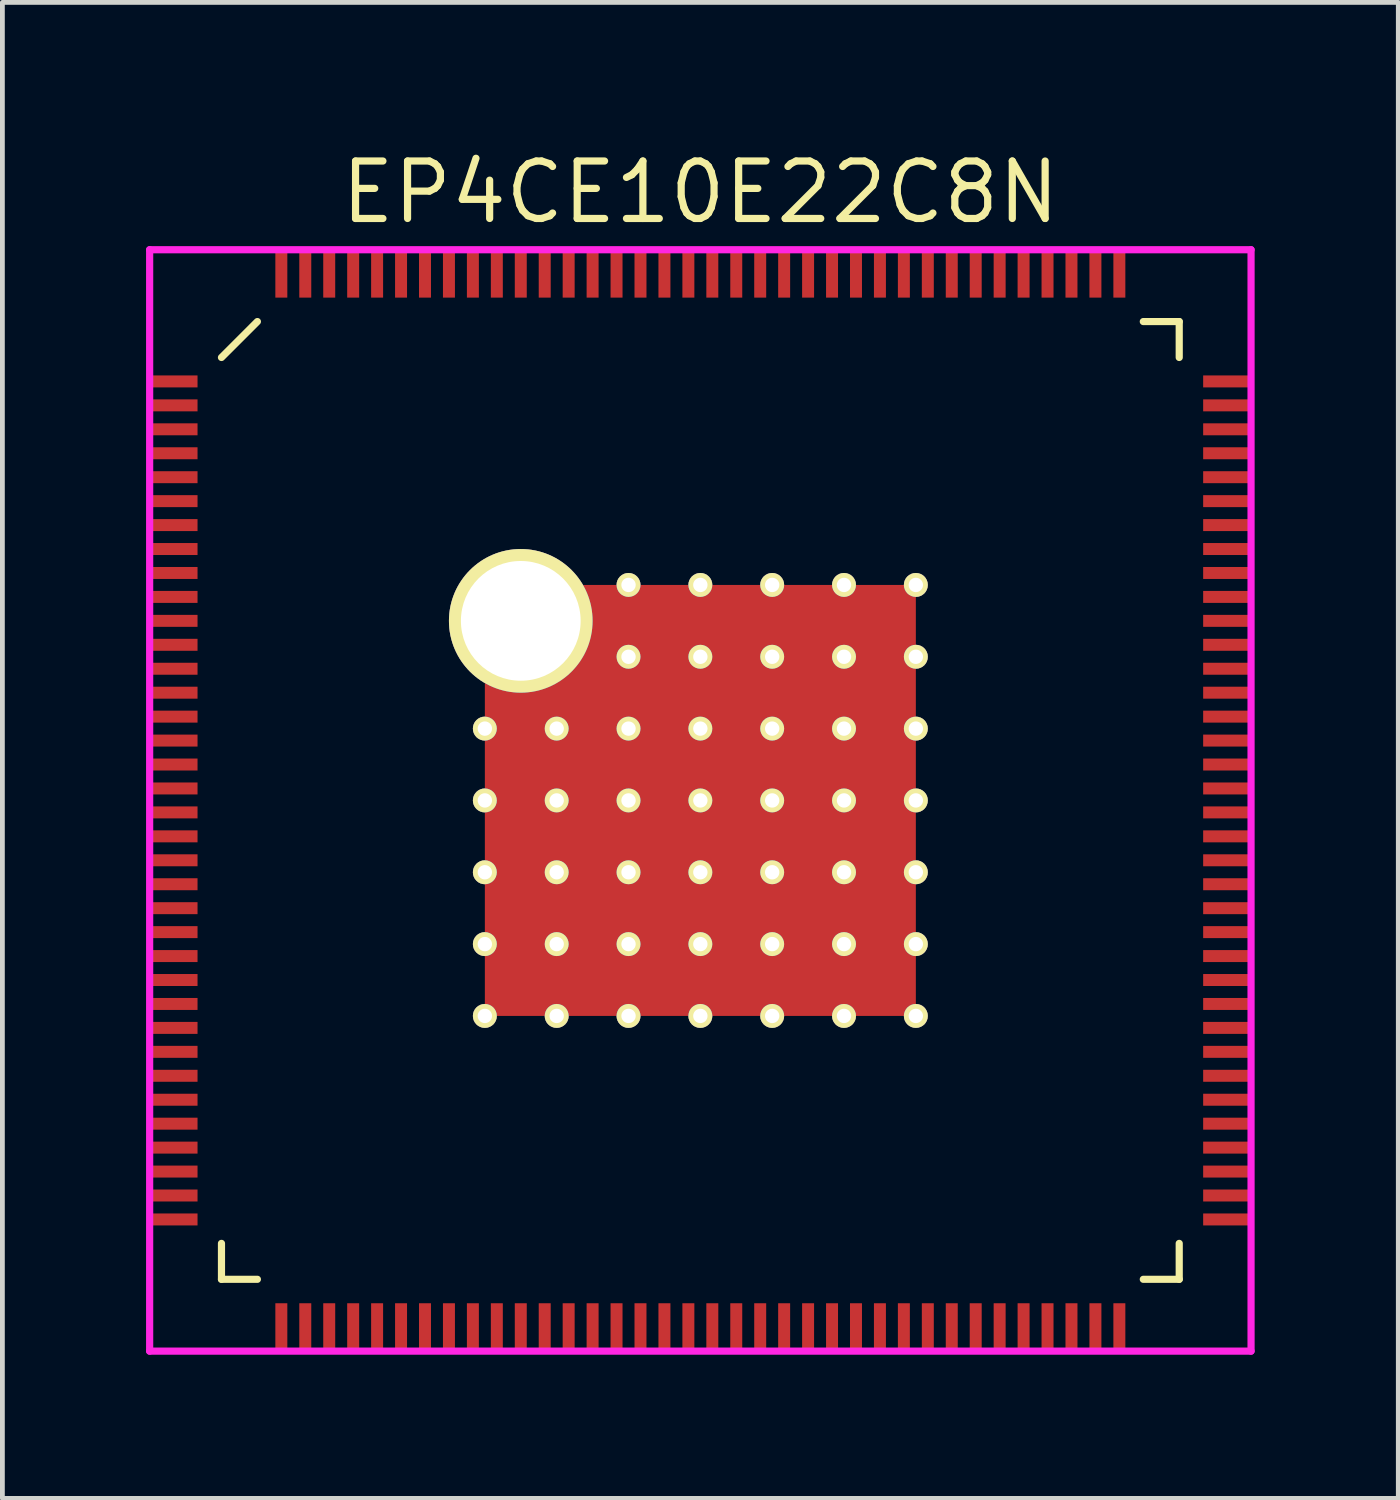
<source format=kicad_pcb>
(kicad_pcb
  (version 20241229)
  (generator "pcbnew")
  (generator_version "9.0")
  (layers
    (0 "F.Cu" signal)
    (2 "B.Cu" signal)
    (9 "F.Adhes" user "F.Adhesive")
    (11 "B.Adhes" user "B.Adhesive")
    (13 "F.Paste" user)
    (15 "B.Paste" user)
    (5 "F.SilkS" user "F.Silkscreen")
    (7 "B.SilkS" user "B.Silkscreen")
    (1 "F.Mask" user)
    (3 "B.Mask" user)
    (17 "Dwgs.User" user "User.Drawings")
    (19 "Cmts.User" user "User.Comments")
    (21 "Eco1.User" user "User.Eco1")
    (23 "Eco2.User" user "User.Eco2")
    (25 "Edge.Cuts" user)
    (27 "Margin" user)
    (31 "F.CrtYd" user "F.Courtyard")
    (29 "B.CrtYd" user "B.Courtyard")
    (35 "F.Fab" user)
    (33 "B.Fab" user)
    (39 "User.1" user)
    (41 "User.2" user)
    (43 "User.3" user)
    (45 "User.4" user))
  (footprint "EP4CE10E22C8N"
    (layer "F.Cu")
    (at 11.575 13.665)
    (property "Reference" "EP4CE10E22C8N" (at 0 -12.7 0) (layer "F.SilkS") (effects (font (size 1.2 1.2) (thickness 0.15))))
    (attr through_hole)
    (fp_line (start -10 -9.25) (end -9.25 -10) (stroke (width 0.15) (type solid)) (layer "F.SilkS"))
    (fp_line (start -10 10) (end -10 9.25) (stroke (width 0.15) (type solid)) (layer "F.SilkS"))
    (fp_line (start -9.25 10) (end -10 10) (stroke (width 0.15) (type solid)) (layer "F.SilkS"))
    (fp_line (start 9.25 -10) (end 10 -10) (stroke (width 0.15) (type solid)) (layer "F.SilkS"))
    (fp_line (start 9.25 10) (end 10 10) (stroke (width 0.15) (type solid)) (layer "F.SilkS"))
    (fp_line (start 10 -10) (end 10 -9.25) (stroke (width 0.15) (type solid)) (layer "F.SilkS"))
    (fp_line (start 10 10) (end 10 9.25) (stroke (width 0.15) (type solid)) (layer "F.SilkS"))
    (fp_line (start -11.5 -11.5) (end 11.5 -11.5) (stroke (width 0.15) (type solid)) (layer "F.CrtYd"))
    (fp_line (start -11.5 11.5) (end -11.5 -11.5) (stroke (width 0.15) (type solid)) (layer "F.CrtYd"))
    (fp_line (start 11.5 -11.5) (end 11.5 11.5) (stroke (width 0.15) (type solid)) (layer "F.CrtYd"))
    (fp_line (start 11.5 11.5) (end -11.5 11.5) (stroke (width 0.15) (type solid)) (layer "F.CrtYd"))
    (pad "1" smd rect (at -11 -8.75 90) (size 0.25 1) (layers "F.Cu" "F.Mask" "F.Paste"))
    (pad "2" smd rect (at -11 -8.25 90) (size 0.25 1) (layers "F.Cu" "F.Mask" "F.Paste"))
    (pad "3" smd rect (at -11 -7.75 90) (size 0.25 1) (layers "F.Cu" "F.Mask" "F.Paste"))
    (pad "4" smd rect (at -11 -7.25 90) (size 0.25 1) (layers "F.Cu" "F.Mask" "F.Paste"))
    (pad "5" smd rect (at -11 -6.75 90) (size 0.25 1) (layers "F.Cu" "F.Mask" "F.Paste"))
    (pad "6" smd rect (at -11 -6.25 90) (size 0.25 1) (layers "F.Cu" "F.Mask" "F.Paste"))
    (pad "7" smd rect (at -11 -5.75 90) (size 0.25 1) (layers "F.Cu" "F.Mask" "F.Paste"))
    (pad "8" smd rect (at -11 -5.25 90) (size 0.25 1) (layers "F.Cu" "F.Mask" "F.Paste"))
    (pad "9" smd rect (at -11 -4.75 90) (size 0.25 1) (layers "F.Cu" "F.Mask" "F.Paste"))
    (pad "10" smd rect (at -11 -4.25 90) (size 0.25 1) (layers "F.Cu" "F.Mask" "F.Paste"))
    (pad "11" smd rect (at -11 -3.75 90) (size 0.25 1) (layers "F.Cu" "F.Mask" "F.Paste"))
    (pad "12" smd rect (at -11 -3.25 90) (size 0.25 1) (layers "F.Cu" "F.Mask" "F.Paste"))
    (pad "13" smd rect (at -11 -2.75 90) (size 0.25 1) (layers "F.Cu" "F.Mask" "F.Paste"))
    (pad "14" smd rect (at -11 -2.25 90) (size 0.25 1) (layers "F.Cu" "F.Mask" "F.Paste"))
    (pad "15" smd rect (at -11 -1.75 90) (size 0.25 1) (layers "F.Cu" "F.Mask" "F.Paste"))
    (pad "16" smd rect (at -11 -1.25 90) (size 0.25 1) (layers "F.Cu" "F.Mask" "F.Paste"))
    (pad "17" smd rect (at -11 -0.75 90) (size 0.25 1) (layers "F.Cu" "F.Mask" "F.Paste"))
    (pad "18" smd rect (at -11 -0.25 90) (size 0.25 1) (layers "F.Cu" "F.Mask" "F.Paste"))
    (pad "19" smd rect (at -11 0.25 90) (size 0.25 1) (layers "F.Cu" "F.Mask" "F.Paste"))
    (pad "20" smd rect (at -11 0.75 90) (size 0.25 1) (layers "F.Cu" "F.Mask" "F.Paste"))
    (pad "21" smd rect (at -11 1.25 90) (size 0.25 1) (layers "F.Cu" "F.Mask" "F.Paste"))
    (pad "22" smd rect (at -11 1.75 90) (size 0.25 1) (layers "F.Cu" "F.Mask" "F.Paste"))
    (pad "23" smd rect (at -11 2.25 90) (size 0.25 1) (layers "F.Cu" "F.Mask" "F.Paste"))
    (pad "24" smd rect (at -11 2.75 90) (size 0.25 1) (layers "F.Cu" "F.Mask" "F.Paste"))
    (pad "25" smd rect (at -11 3.25 90) (size 0.25 1) (layers "F.Cu" "F.Mask" "F.Paste"))
    (pad "26" smd rect (at -11 3.75 90) (size 0.25 1) (layers "F.Cu" "F.Mask" "F.Paste"))
    (pad "27" smd rect (at -11 4.25 90) (size 0.25 1) (layers "F.Cu" "F.Mask" "F.Paste"))
    (pad "28" smd rect (at -11 4.75 90) (size 0.25 1) (layers "F.Cu" "F.Mask" "F.Paste"))
    (pad "29" smd rect (at -11 5.25 90) (size 0.25 1) (layers "F.Cu" "F.Mask" "F.Paste"))
    (pad "30" smd rect (at -11 5.75 90) (size 0.25 1) (layers "F.Cu" "F.Mask" "F.Paste"))
    (pad "31" smd rect (at -11 6.25 90) (size 0.25 1) (layers "F.Cu" "F.Mask" "F.Paste"))
    (pad "32" smd rect (at -11 6.75 90) (size 0.25 1) (layers "F.Cu" "F.Mask" "F.Paste"))
    (pad "33" smd rect (at -11 7.25 90) (size 0.25 1) (layers "F.Cu" "F.Mask" "F.Paste"))
    (pad "34" smd rect (at -11 7.75 90) (size 0.25 1) (layers "F.Cu" "F.Mask" "F.Paste"))
    (pad "35" smd rect (at -11 8.25 90) (size 0.25 1) (layers "F.Cu" "F.Mask" "F.Paste"))
    (pad "36" smd rect (at -11 8.75 90) (size 0.25 1) (layers "F.Cu" "F.Mask" "F.Paste"))
    (pad "37" smd rect (at -8.75 11) (size 0.25 1) (layers "F.Cu" "F.Mask" "F.Paste"))
    (pad "38" smd rect (at -8.25 11) (size 0.25 1) (layers "F.Cu" "F.Mask" "F.Paste"))
    (pad "39" smd rect (at -7.75 11) (size 0.25 1) (layers "F.Cu" "F.Mask" "F.Paste"))
    (pad "40" smd rect (at -7.25 11) (size 0.25 1) (layers "F.Cu" "F.Mask" "F.Paste"))
    (pad "41" smd rect (at -6.75 11) (size 0.25 1) (layers "F.Cu" "F.Mask" "F.Paste"))
    (pad "42" smd rect (at -6.25 11) (size 0.25 1) (layers "F.Cu" "F.Mask" "F.Paste"))
    (pad "43" smd rect (at -5.75 11) (size 0.25 1) (layers "F.Cu" "F.Mask" "F.Paste"))
    (pad "44" smd rect (at -5.25 11) (size 0.25 1) (layers "F.Cu" "F.Mask" "F.Paste"))
    (pad "45" smd rect (at -4.75 11) (size 0.25 1) (layers "F.Cu" "F.Mask" "F.Paste"))
    (pad "46" smd rect (at -4.25 11) (size 0.25 1) (layers "F.Cu" "F.Mask" "F.Paste"))
    (pad "47" smd rect (at -3.75 11) (size 0.25 1) (layers "F.Cu" "F.Mask" "F.Paste"))
    (pad "48" smd rect (at -3.25 11) (size 0.25 1) (layers "F.Cu" "F.Mask" "F.Paste"))
    (pad "49" smd rect (at -2.75 11) (size 0.25 1) (layers "F.Cu" "F.Mask" "F.Paste"))
    (pad "50" smd rect (at -2.25 11) (size 0.25 1) (layers "F.Cu" "F.Mask" "F.Paste"))
    (pad "51" smd rect (at -1.75 11) (size 0.25 1) (layers "F.Cu" "F.Mask" "F.Paste"))
    (pad "52" smd rect (at -1.25 11) (size 0.25 1) (layers "F.Cu" "F.Mask" "F.Paste"))
    (pad "53" smd rect (at -0.75 11) (size 0.25 1) (layers "F.Cu" "F.Mask" "F.Paste"))
    (pad "54" smd rect (at -0.25 11) (size 0.25 1) (layers "F.Cu" "F.Mask" "F.Paste"))
    (pad "55" smd rect (at 0.25 11) (size 0.25 1) (layers "F.Cu" "F.Mask" "F.Paste"))
    (pad "56" smd rect (at 0.75 11) (size 0.25 1) (layers "F.Cu" "F.Mask" "F.Paste"))
    (pad "57" smd rect (at 1.25 11) (size 0.25 1) (layers "F.Cu" "F.Mask" "F.Paste"))
    (pad "58" smd rect (at 1.75 11) (size 0.25 1) (layers "F.Cu" "F.Mask" "F.Paste"))
    (pad "59" smd rect (at 2.25 11) (size 0.25 1) (layers "F.Cu" "F.Mask" "F.Paste"))
    (pad "60" smd rect (at 2.75 11) (size 0.25 1) (layers "F.Cu" "F.Mask" "F.Paste"))
    (pad "61" smd rect (at 3.25 11) (size 0.25 1) (layers "F.Cu" "F.Mask" "F.Paste"))
    (pad "62" smd rect (at 3.75 11) (size 0.25 1) (layers "F.Cu" "F.Mask" "F.Paste"))
    (pad "63" smd rect (at 4.25 11) (size 0.25 1) (layers "F.Cu" "F.Mask" "F.Paste"))
    (pad "64" smd rect (at 4.75 11) (size 0.25 1) (layers "F.Cu" "F.Mask" "F.Paste"))
    (pad "65" smd rect (at 5.25 11) (size 0.25 1) (layers "F.Cu" "F.Mask" "F.Paste"))
    (pad "66" smd rect (at 5.75 11) (size 0.25 1) (layers "F.Cu" "F.Mask" "F.Paste"))
    (pad "67" smd rect (at 6.25 11) (size 0.25 1) (layers "F.Cu" "F.Mask" "F.Paste"))
    (pad "68" smd rect (at 6.75 11) (size 0.25 1) (layers "F.Cu" "F.Mask" "F.Paste"))
    (pad "69" smd rect (at 7.25 11) (size 0.25 1) (layers "F.Cu" "F.Mask" "F.Paste"))
    (pad "70" smd rect (at 7.75 11) (size 0.25 1) (layers "F.Cu" "F.Mask" "F.Paste"))
    (pad "71" smd rect (at 8.25 11) (size 0.25 1) (layers "F.Cu" "F.Mask" "F.Paste"))
    (pad "72" smd rect (at 8.75 11) (size 0.25 1) (layers "F.Cu" "F.Mask" "F.Paste"))
    (pad "73" smd rect (at 11 8.75 90) (size 0.25 1) (layers "F.Cu" "F.Mask" "F.Paste"))
    (pad "74" smd rect (at 11 8.25 90) (size 0.25 1) (layers "F.Cu" "F.Mask" "F.Paste"))
    (pad "75" smd rect (at 11 7.75 90) (size 0.25 1) (layers "F.Cu" "F.Mask" "F.Paste"))
    (pad "76" smd rect (at 11 7.25 90) (size 0.25 1) (layers "F.Cu" "F.Mask" "F.Paste"))
    (pad "77" smd rect (at 11 6.75 90) (size 0.25 1) (layers "F.Cu" "F.Mask" "F.Paste"))
    (pad "78" smd rect (at 11 6.25 90) (size 0.25 1) (layers "F.Cu" "F.Mask" "F.Paste"))
    (pad "79" smd rect (at 11 5.75 90) (size 0.25 1) (layers "F.Cu" "F.Mask" "F.Paste"))
    (pad "80" smd rect (at 11 5.25 90) (size 0.25 1) (layers "F.Cu" "F.Mask" "F.Paste"))
    (pad "81" smd rect (at 11 4.75 90) (size 0.25 1) (layers "F.Cu" "F.Mask" "F.Paste"))
    (pad "82" smd rect (at 11 4.25 90) (size 0.25 1) (layers "F.Cu" "F.Mask" "F.Paste"))
    (pad "83" smd rect (at 11 3.75 90) (size 0.25 1) (layers "F.Cu" "F.Mask" "F.Paste"))
    (pad "84" smd rect (at 11 3.25 90) (size 0.25 1) (layers "F.Cu" "F.Mask" "F.Paste"))
    (pad "85" smd rect (at 11 2.75 90) (size 0.25 1) (layers "F.Cu" "F.Mask" "F.Paste"))
    (pad "86" smd rect (at 11 2.25 90) (size 0.25 1) (layers "F.Cu" "F.Mask" "F.Paste"))
    (pad "87" smd rect (at 11 1.75 90) (size 0.25 1) (layers "F.Cu" "F.Mask" "F.Paste"))
    (pad "88" smd rect (at 11 1.25 90) (size 0.25 1) (layers "F.Cu" "F.Mask" "F.Paste"))
    (pad "89" smd rect (at 11 0.75 90) (size 0.25 1) (layers "F.Cu" "F.Mask" "F.Paste"))
    (pad "90" smd rect (at 11 0.25 90) (size 0.25 1) (layers "F.Cu" "F.Mask" "F.Paste"))
    (pad "91" smd rect (at 11 -0.25 90) (size 0.25 1) (layers "F.Cu" "F.Mask" "F.Paste"))
    (pad "92" smd rect (at 11 -0.75 90) (size 0.25 1) (layers "F.Cu" "F.Mask" "F.Paste"))
    (pad "93" smd rect (at 11 -1.25 90) (size 0.25 1) (layers "F.Cu" "F.Mask" "F.Paste"))
    (pad "94" smd rect (at 11 -1.75 90) (size 0.25 1) (layers "F.Cu" "F.Mask" "F.Paste"))
    (pad "95" smd rect (at 11 -2.25 90) (size 0.25 1) (layers "F.Cu" "F.Mask" "F.Paste"))
    (pad "96" smd rect (at 11 -2.75 90) (size 0.25 1) (layers "F.Cu" "F.Mask" "F.Paste"))
    (pad "97" smd rect (at 11 -3.25 90) (size 0.25 1) (layers "F.Cu" "F.Mask" "F.Paste"))
    (pad "98" smd rect (at 11 -3.75 90) (size 0.25 1) (layers "F.Cu" "F.Mask" "F.Paste"))
    (pad "99" smd rect (at 11 -4.25 90) (size 0.25 1) (layers "F.Cu" "F.Mask" "F.Paste"))
    (pad "100" smd rect (at 11 -4.75 90) (size 0.25 1) (layers "F.Cu" "F.Mask" "F.Paste"))
    (pad "101" smd rect (at 11 -5.25 90) (size 0.25 1) (layers "F.Cu" "F.Mask" "F.Paste"))
    (pad "102" smd rect (at 11 -5.75 90) (size 0.25 1) (layers "F.Cu" "F.Mask" "F.Paste"))
    (pad "103" smd rect (at 11 -6.25 90) (size 0.25 1) (layers "F.Cu" "F.Mask" "F.Paste"))
    (pad "104" smd rect (at 11 -6.75 90) (size 0.25 1) (layers "F.Cu" "F.Mask" "F.Paste"))
    (pad "105" smd rect (at 11 -7.25 90) (size 0.25 1) (layers "F.Cu" "F.Mask" "F.Paste"))
    (pad "106" smd rect (at 11 -7.75 90) (size 0.25 1) (layers "F.Cu" "F.Mask" "F.Paste"))
    (pad "107" smd rect (at 11 -8.25 90) (size 0.25 1) (layers "F.Cu" "F.Mask" "F.Paste"))
    (pad "108" smd rect (at 11 -8.75 90) (size 0.25 1) (layers "F.Cu" "F.Mask" "F.Paste"))
    (pad "109" smd rect (at 8.75 -11) (size 0.25 1) (layers "F.Cu" "F.Mask" "F.Paste"))
    (pad "110" smd rect (at 8.25 -11) (size 0.25 1) (layers "F.Cu" "F.Mask" "F.Paste"))
    (pad "111" smd rect (at 7.75 -11) (size 0.25 1) (layers "F.Cu" "F.Mask" "F.Paste"))
    (pad "112" smd rect (at 7.25 -11) (size 0.25 1) (layers "F.Cu" "F.Mask" "F.Paste"))
    (pad "113" smd rect (at 6.75 -11) (size 0.25 1) (layers "F.Cu" "F.Mask" "F.Paste"))
    (pad "114" smd rect (at 6.25 -11) (size 0.25 1) (layers "F.Cu" "F.Mask" "F.Paste"))
    (pad "115" smd rect (at 5.75 -11) (size 0.25 1) (layers "F.Cu" "F.Mask" "F.Paste"))
    (pad "116" smd rect (at 5.25 -11) (size 0.25 1) (layers "F.Cu" "F.Mask" "F.Paste"))
    (pad "117" smd rect (at 4.75 -11) (size 0.25 1) (layers "F.Cu" "F.Mask" "F.Paste"))
    (pad "118" smd rect (at 4.25 -11) (size 0.25 1) (layers "F.Cu" "F.Mask" "F.Paste"))
    (pad "119" smd rect (at 3.75 -11) (size 0.25 1) (layers "F.Cu" "F.Mask" "F.Paste"))
    (pad "120" smd rect (at 3.25 -11) (size 0.25 1) (layers "F.Cu" "F.Mask" "F.Paste"))
    (pad "121" smd rect (at 2.75 -11) (size 0.25 1) (layers "F.Cu" "F.Mask" "F.Paste"))
    (pad "122" smd rect (at 2.25 -11) (size 0.25 1) (layers "F.Cu" "F.Mask" "F.Paste"))
    (pad "123" smd rect (at 1.75 -11) (size 0.25 1) (layers "F.Cu" "F.Mask" "F.Paste"))
    (pad "124" smd rect (at 1.25 -11) (size 0.25 1) (layers "F.Cu" "F.Mask" "F.Paste"))
    (pad "125" smd rect (at 0.75 -11) (size 0.25 1) (layers "F.Cu" "F.Mask" "F.Paste"))
    (pad "126" smd rect (at 0.25 -11) (size 0.25 1) (layers "F.Cu" "F.Mask" "F.Paste"))
    (pad "127" smd rect (at -0.25 -11) (size 0.25 1) (layers "F.Cu" "F.Mask" "F.Paste"))
    (pad "128" smd rect (at -0.75 -11) (size 0.25 1) (layers "F.Cu" "F.Mask" "F.Paste"))
    (pad "129" smd rect (at -1.25 -11) (size 0.25 1) (layers "F.Cu" "F.Mask" "F.Paste"))
    (pad "130" smd rect (at -1.75 -11) (size 0.25 1) (layers "F.Cu" "F.Mask" "F.Paste"))
    (pad "131" smd rect (at -2.25 -11) (size 0.25 1) (layers "F.Cu" "F.Mask" "F.Paste"))
    (pad "132" smd rect (at -2.75 -11) (size 0.25 1) (layers "F.Cu" "F.Mask" "F.Paste"))
    (pad "133" smd rect (at -3.25 -11) (size 0.25 1) (layers "F.Cu" "F.Mask" "F.Paste"))
    (pad "134" smd rect (at -3.75 -11) (size 0.25 1) (layers "F.Cu" "F.Mask" "F.Paste"))
    (pad "135" smd rect (at -4.25 -11) (size 0.25 1) (layers "F.Cu" "F.Mask" "F.Paste"))
    (pad "136" smd rect (at -4.75 -11) (size 0.25 1) (layers "F.Cu" "F.Mask" "F.Paste"))
    (pad "137" smd rect (at -5.25 -11) (size 0.25 1) (layers "F.Cu" "F.Mask" "F.Paste"))
    (pad "138" smd rect (at -5.75 -11) (size 0.25 1) (layers "F.Cu" "F.Mask" "F.Paste"))
    (pad "139" smd rect (at -6.25 -11) (size 0.25 1) (layers "F.Cu" "F.Mask" "F.Paste"))
    (pad "140" smd rect (at -6.75 -11) (size 0.25 1) (layers "F.Cu" "F.Mask" "F.Paste"))
    (pad "141" smd rect (at -7.25 -11) (size 0.25 1) (layers "F.Cu" "F.Mask" "F.Paste"))
    (pad "142" smd rect (at -7.75 -11) (size 0.25 1) (layers "F.Cu" "F.Mask" "F.Paste"))
    (pad "143" smd rect (at -8.25 -11) (size 0.25 1) (layers "F.Cu" "F.Mask" "F.Paste"))
    (pad "144" smd rect (at -8.75 -11) (size 0.25 1) (layers "F.Cu" "F.Mask" "F.Paste"))
    (pad "145" thru_hole circle (at -4.5 -1.5) (size 0.5 0.5) (drill 0.3) (layers "*.Cu" "*.Mask" "F.SilkS"))
    (pad "145" thru_hole circle (at -4.5 0) (size 0.5 0.5) (drill 0.3) (layers "*.Cu" "*.Mask" "F.SilkS"))
    (pad "145" thru_hole circle (at -4.5 1.5) (size 0.5 0.5) (drill 0.3) (layers "*.Cu" "*.Mask" "F.SilkS"))
    (pad "145" thru_hole circle (at -4.5 3) (size 0.5 0.5) (drill 0.3) (layers "*.Cu" "*.Mask" "F.SilkS"))
    (pad "145" thru_hole circle (at -4.5 4.5) (size 0.5 0.5) (drill 0.3) (layers "*.Cu" "*.Mask" "F.SilkS"))
    (pad "145" thru_hole circle (at -3.75 -3.75) (size 3 3) (drill 2.5) (layers "*.Cu" "*.Mask" "F.SilkS"))
    (pad "145" thru_hole circle (at -3 -1.5) (size 0.5 0.5) (drill 0.3) (layers "*.Cu" "*.Mask" "F.SilkS"))
    (pad "145" thru_hole circle (at -3 0) (size 0.5 0.5) (drill 0.3) (layers "*.Cu" "*.Mask" "F.SilkS"))
    (pad "145" thru_hole circle (at -3 1.5) (size 0.5 0.5) (drill 0.3) (layers "*.Cu" "*.Mask" "F.SilkS"))
    (pad "145" thru_hole circle (at -3 3) (size 0.5 0.5) (drill 0.3) (layers "*.Cu" "*.Mask" "F.SilkS"))
    (pad "145" thru_hole circle (at -3 4.5) (size 0.5 0.5) (drill 0.3) (layers "*.Cu" "*.Mask" "F.SilkS"))
    (pad "145" smd rect (at -2.25 -2.25) (size 4 4) (layers "F.Cu" "F.Mask" "F.Paste"))
    (pad "145" smd rect (at -2.25 2.25) (size 4 4) (layers "F.Cu" "F.Mask" "F.Paste"))
    (pad "145" thru_hole circle (at -1.5 -4.5) (size 0.5 0.5) (drill 0.3) (layers "*.Cu" "*.Mask" "F.SilkS"))
    (pad "145" thru_hole circle (at -1.5 -3) (size 0.5 0.5) (drill 0.3) (layers "*.Cu" "*.Mask" "F.SilkS"))
    (pad "145" thru_hole circle (at -1.5 -1.5) (size 0.5 0.5) (drill 0.3) (layers "*.Cu" "*.Mask" "F.SilkS"))
    (pad "145" thru_hole circle (at -1.5 0) (size 0.5 0.5) (drill 0.3) (layers "*.Cu" "*.Mask" "F.SilkS"))
    (pad "145" thru_hole circle (at -1.5 1.5) (size 0.5 0.5) (drill 0.3) (layers "*.Cu" "*.Mask" "F.SilkS"))
    (pad "145" thru_hole circle (at -1.5 3) (size 0.5 0.5) (drill 0.3) (layers "*.Cu" "*.Mask" "F.SilkS"))
    (pad "145" thru_hole circle (at -1.5 4.5) (size 0.5 0.5) (drill 0.3) (layers "*.Cu" "*.Mask" "F.SilkS"))
    (pad "145" thru_hole circle (at 0 -4.5) (size 0.5 0.5) (drill 0.3) (layers "*.Cu" "*.Mask" "F.SilkS"))
    (pad "145" thru_hole circle (at 0 -3) (size 0.5 0.5) (drill 0.3) (layers "*.Cu" "*.Mask" "F.SilkS"))
    (pad "145" thru_hole circle (at 0 -1.5) (size 0.5 0.5) (drill 0.3) (layers "*.Cu" "*.Mask" "F.SilkS"))
    (pad "145" thru_hole circle (at 0 0) (size 0.5 0.5) (drill 0.3) (layers "*.Cu" "*.Mask" "F.SilkS"))
    (pad "145" smd rect (at 0 0) (size 9 9) (layers "F.Cu" "F.Mask"))
    (pad "145" thru_hole circle (at 0 1.5) (size 0.5 0.5) (drill 0.3) (layers "*.Cu" "*.Mask" "F.SilkS"))
    (pad "145" thru_hole circle (at 0 3) (size 0.5 0.5) (drill 0.3) (layers "*.Cu" "*.Mask" "F.SilkS"))
    (pad "145" thru_hole circle (at 0 4.5) (size 0.5 0.5) (drill 0.3) (layers "*.Cu" "*.Mask" "F.SilkS"))
    (pad "145" thru_hole circle (at 1.5 -4.5) (size 0.5 0.5) (drill 0.3) (layers "*.Cu" "*.Mask" "F.SilkS"))
    (pad "145" thru_hole circle (at 1.5 -3) (size 0.5 0.5) (drill 0.3) (layers "*.Cu" "*.Mask" "F.SilkS"))
    (pad "145" thru_hole circle (at 1.5 -1.5) (size 0.5 0.5) (drill 0.3) (layers "*.Cu" "*.Mask" "F.SilkS"))
    (pad "145" thru_hole circle (at 1.5 0) (size 0.5 0.5) (drill 0.3) (layers "*.Cu" "*.Mask" "F.SilkS"))
    (pad "145" thru_hole circle (at 1.5 1.5) (size 0.5 0.5) (drill 0.3) (layers "*.Cu" "*.Mask" "F.SilkS"))
    (pad "145" thru_hole circle (at 1.5 3) (size 0.5 0.5) (drill 0.3) (layers "*.Cu" "*.Mask" "F.SilkS"))
    (pad "145" thru_hole circle (at 1.5 4.5) (size 0.5 0.5) (drill 0.3) (layers "*.Cu" "*.Mask" "F.SilkS"))
    (pad "145" smd rect (at 2.25 -2.25) (size 4 4) (layers "F.Cu" "F.Mask" "F.Paste"))
    (pad "145" smd rect (at 2.25 2.25) (size 4 4) (layers "F.Cu" "F.Mask" "F.Paste"))
    (pad "145" thru_hole circle (at 3 -4.5) (size 0.5 0.5) (drill 0.3) (layers "*.Cu" "*.Mask" "F.SilkS"))
    (pad "145" thru_hole circle (at 3 -3) (size 0.5 0.5) (drill 0.3) (layers "*.Cu" "*.Mask" "F.SilkS"))
    (pad "145" thru_hole circle (at 3 -1.5) (size 0.5 0.5) (drill 0.3) (layers "*.Cu" "*.Mask" "F.SilkS"))
    (pad "145" thru_hole circle (at 3 0) (size 0.5 0.5) (drill 0.3) (layers "*.Cu" "*.Mask" "F.SilkS"))
    (pad "145" thru_hole circle (at 3 1.5) (size 0.5 0.5) (drill 0.3) (layers "*.Cu" "*.Mask" "F.SilkS"))
    (pad "145" thru_hole circle (at 3 3) (size 0.5 0.5) (drill 0.3) (layers "*.Cu" "*.Mask" "F.SilkS"))
    (pad "145" thru_hole circle (at 3 4.5) (size 0.5 0.5) (drill 0.3) (layers "*.Cu" "*.Mask" "F.SilkS"))
    (pad "145" thru_hole circle (at 4.5 -4.5) (size 0.5 0.5) (drill 0.3) (layers "*.Cu" "*.Mask" "F.SilkS"))
    (pad "145" thru_hole circle (at 4.5 -3) (size 0.5 0.5) (drill 0.3) (layers "*.Cu" "*.Mask" "F.SilkS"))
    (pad "145" thru_hole circle (at 4.5 -1.5) (size 0.5 0.5) (drill 0.3) (layers "*.Cu" "*.Mask" "F.SilkS"))
    (pad "145" thru_hole circle (at 4.5 0) (size 0.5 0.5) (drill 0.3) (layers "*.Cu" "*.Mask" "F.SilkS"))
    (pad "145" thru_hole circle (at 4.5 1.5) (size 0.5 0.5) (drill 0.3) (layers "*.Cu" "*.Mask" "F.SilkS"))
    (pad "145" thru_hole circle (at 4.5 3) (size 0.5 0.5) (drill 0.3) (layers "*.Cu" "*.Mask" "F.SilkS"))
    (pad "145" thru_hole circle (at 4.5 4.5) (size 0.5 0.5) (drill 0.3) (layers "*.Cu" "*.Mask" "F.SilkS")))
  (gr_rect
    (start -3 -3)
    (end 26.15 28.24)
    (stroke (width 0.1) (type default))
    (fill no)
    (layer "Edge.Cuts")))
</source>
